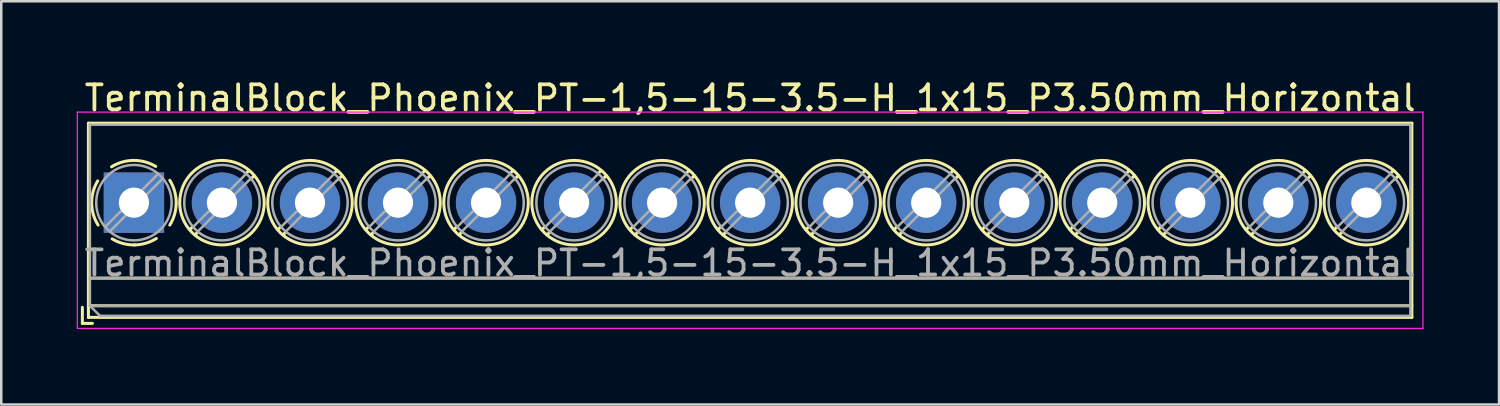
<source format=kicad_pcb>
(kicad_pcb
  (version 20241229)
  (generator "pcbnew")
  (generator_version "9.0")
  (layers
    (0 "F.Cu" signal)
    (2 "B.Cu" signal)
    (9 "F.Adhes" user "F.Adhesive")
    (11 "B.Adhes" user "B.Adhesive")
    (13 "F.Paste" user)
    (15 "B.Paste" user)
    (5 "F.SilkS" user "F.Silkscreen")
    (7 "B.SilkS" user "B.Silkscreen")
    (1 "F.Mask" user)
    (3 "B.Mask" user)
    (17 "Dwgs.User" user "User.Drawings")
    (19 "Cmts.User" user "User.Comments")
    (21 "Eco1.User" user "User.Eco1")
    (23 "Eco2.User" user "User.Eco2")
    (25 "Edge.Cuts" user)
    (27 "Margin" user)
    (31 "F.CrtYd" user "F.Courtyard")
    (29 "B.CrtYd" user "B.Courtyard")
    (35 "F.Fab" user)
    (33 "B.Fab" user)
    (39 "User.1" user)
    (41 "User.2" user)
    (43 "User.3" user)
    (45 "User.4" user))
  (footprint "TerminalBlock_Phoenix_PT-1,5-15-3.5-H_1x15_P3.50mm_Horizontal"
    (layer "F.Cu")
    (at 2.275 5.008)
    (property "Reference" "TerminalBlock_Phoenix_PT-1,5-15-3.5-H_1x15_P3.50mm_Horizontal" (at 24.5 -4.16 0) (layer "F.SilkS") (effects (font (size 1 1) (thickness 0.15))))
    (attr through_hole)
    (fp_line (start -2.05 4.16) (end -2.05 4.8) (stroke (width 0.12) (type solid)) (layer "F.SilkS"))
    (fp_line (start -2.05 4.8) (end -1.65 4.8) (stroke (width 0.12) (type solid)) (layer "F.SilkS"))
    (fp_line (start -1.81 -3.16) (end -1.81 4.56) (stroke (width 0.12) (type solid)) (layer "F.SilkS"))
    (fp_line (start -1.81 -3.16) (end 50.81 -3.16) (stroke (width 0.12) (type solid)) (layer "F.SilkS"))
    (fp_line (start -1.81 3) (end 50.81 3) (stroke (width 0.12) (type solid)) (layer "F.SilkS"))
    (fp_line (start -1.81 4.1) (end 50.81 4.1) (stroke (width 0.12) (type solid)) (layer "F.SilkS"))
    (fp_line (start -1.81 4.56) (end 50.81 4.56) (stroke (width 0.12) (type solid)) (layer "F.SilkS"))
    (fp_line (start 2.355 0.941) (end 2.226 1.069) (stroke (width 0.12) (type solid)) (layer "F.SilkS"))
    (fp_line (start 2.525 1.181) (end 2.431 1.274) (stroke (width 0.12) (type solid)) (layer "F.SilkS"))
    (fp_line (start 4.57 -1.275) (end 4.476 -1.181) (stroke (width 0.12) (type solid)) (layer "F.SilkS"))
    (fp_line (start 4.775 -1.069) (end 4.646 -0.941) (stroke (width 0.12) (type solid)) (layer "F.SilkS"))
    (fp_line (start 5.855 0.941) (end 5.726 1.069) (stroke (width 0.12) (type solid)) (layer "F.SilkS"))
    (fp_line (start 6.025 1.181) (end 5.931 1.274) (stroke (width 0.12) (type solid)) (layer "F.SilkS"))
    (fp_line (start 8.07 -1.275) (end 7.976 -1.181) (stroke (width 0.12) (type solid)) (layer "F.SilkS"))
    (fp_line (start 8.275 -1.069) (end 8.146 -0.941) (stroke (width 0.12) (type solid)) (layer "F.SilkS"))
    (fp_line (start 9.355 0.941) (end 9.226 1.069) (stroke (width 0.12) (type solid)) (layer "F.SilkS"))
    (fp_line (start 9.525 1.181) (end 9.431 1.274) (stroke (width 0.12) (type solid)) (layer "F.SilkS"))
    (fp_line (start 11.57 -1.275) (end 11.476 -1.181) (stroke (width 0.12) (type solid)) (layer "F.SilkS"))
    (fp_line (start 11.775 -1.069) (end 11.646 -0.941) (stroke (width 0.12) (type solid)) (layer "F.SilkS"))
    (fp_line (start 12.855 0.941) (end 12.726 1.069) (stroke (width 0.12) (type solid)) (layer "F.SilkS"))
    (fp_line (start 13.025 1.181) (end 12.931 1.274) (stroke (width 0.12) (type solid)) (layer "F.SilkS"))
    (fp_line (start 15.07 -1.275) (end 14.976 -1.181) (stroke (width 0.12) (type solid)) (layer "F.SilkS"))
    (fp_line (start 15.275 -1.069) (end 15.146 -0.941) (stroke (width 0.12) (type solid)) (layer "F.SilkS"))
    (fp_line (start 16.355 0.941) (end 16.226 1.069) (stroke (width 0.12) (type solid)) (layer "F.SilkS"))
    (fp_line (start 16.525 1.181) (end 16.431 1.274) (stroke (width 0.12) (type solid)) (layer "F.SilkS"))
    (fp_line (start 18.57 -1.275) (end 18.476 -1.181) (stroke (width 0.12) (type solid)) (layer "F.SilkS"))
    (fp_line (start 18.775 -1.069) (end 18.646 -0.941) (stroke (width 0.12) (type solid)) (layer "F.SilkS"))
    (fp_line (start 19.855 0.941) (end 19.726 1.069) (stroke (width 0.12) (type solid)) (layer "F.SilkS"))
    (fp_line (start 20.025 1.181) (end 19.931 1.274) (stroke (width 0.12) (type solid)) (layer "F.SilkS"))
    (fp_line (start 22.07 -1.275) (end 21.976 -1.181) (stroke (width 0.12) (type solid)) (layer "F.SilkS"))
    (fp_line (start 22.275 -1.069) (end 22.146 -0.941) (stroke (width 0.12) (type solid)) (layer "F.SilkS"))
    (fp_line (start 23.355 0.941) (end 23.226 1.069) (stroke (width 0.12) (type solid)) (layer "F.SilkS"))
    (fp_line (start 23.525 1.181) (end 23.431 1.274) (stroke (width 0.12) (type solid)) (layer "F.SilkS"))
    (fp_line (start 25.57 -1.275) (end 25.476 -1.181) (stroke (width 0.12) (type solid)) (layer "F.SilkS"))
    (fp_line (start 25.775 -1.069) (end 25.646 -0.941) (stroke (width 0.12) (type solid)) (layer "F.SilkS"))
    (fp_line (start 26.855 0.941) (end 26.726 1.069) (stroke (width 0.12) (type solid)) (layer "F.SilkS"))
    (fp_line (start 27.025 1.181) (end 26.931 1.274) (stroke (width 0.12) (type solid)) (layer "F.SilkS"))
    (fp_line (start 29.07 -1.275) (end 28.976 -1.181) (stroke (width 0.12) (type solid)) (layer "F.SilkS"))
    (fp_line (start 29.275 -1.069) (end 29.146 -0.941) (stroke (width 0.12) (type solid)) (layer "F.SilkS"))
    (fp_line (start 30.355 0.941) (end 30.226 1.069) (stroke (width 0.12) (type solid)) (layer "F.SilkS"))
    (fp_line (start 30.525 1.181) (end 30.431 1.274) (stroke (width 0.12) (type solid)) (layer "F.SilkS"))
    (fp_line (start 32.57 -1.275) (end 32.476 -1.181) (stroke (width 0.12) (type solid)) (layer "F.SilkS"))
    (fp_line (start 32.775 -1.069) (end 32.646 -0.941) (stroke (width 0.12) (type solid)) (layer "F.SilkS"))
    (fp_line (start 33.855 0.941) (end 33.726 1.069) (stroke (width 0.12) (type solid)) (layer "F.SilkS"))
    (fp_line (start 34.025 1.181) (end 33.931 1.274) (stroke (width 0.12) (type solid)) (layer "F.SilkS"))
    (fp_line (start 36.07 -1.275) (end 35.976 -1.181) (stroke (width 0.12) (type solid)) (layer "F.SilkS"))
    (fp_line (start 36.275 -1.069) (end 36.146 -0.941) (stroke (width 0.12) (type solid)) (layer "F.SilkS"))
    (fp_line (start 37.355 0.941) (end 37.226 1.069) (stroke (width 0.12) (type solid)) (layer "F.SilkS"))
    (fp_line (start 37.525 1.181) (end 37.431 1.274) (stroke (width 0.12) (type solid)) (layer "F.SilkS"))
    (fp_line (start 39.57 -1.275) (end 39.476 -1.181) (stroke (width 0.12) (type solid)) (layer "F.SilkS"))
    (fp_line (start 39.775 -1.069) (end 39.646 -0.941) (stroke (width 0.12) (type solid)) (layer "F.SilkS"))
    (fp_line (start 40.855 0.941) (end 40.726 1.069) (stroke (width 0.12) (type solid)) (layer "F.SilkS"))
    (fp_line (start 41.025 1.181) (end 40.931 1.274) (stroke (width 0.12) (type solid)) (layer "F.SilkS"))
    (fp_line (start 43.07 -1.275) (end 42.976 -1.181) (stroke (width 0.12) (type solid)) (layer "F.SilkS"))
    (fp_line (start 43.275 -1.069) (end 43.146 -0.941) (stroke (width 0.12) (type solid)) (layer "F.SilkS"))
    (fp_line (start 44.355 0.941) (end 44.226 1.069) (stroke (width 0.12) (type solid)) (layer "F.SilkS"))
    (fp_line (start 44.525 1.181) (end 44.431 1.274) (stroke (width 0.12) (type solid)) (layer "F.SilkS"))
    (fp_line (start 46.57 -1.275) (end 46.476 -1.181) (stroke (width 0.12) (type solid)) (layer "F.SilkS"))
    (fp_line (start 46.775 -1.069) (end 46.646 -0.941) (stroke (width 0.12) (type solid)) (layer "F.SilkS"))
    (fp_line (start 47.855 0.941) (end 47.726 1.069) (stroke (width 0.12) (type solid)) (layer "F.SilkS"))
    (fp_line (start 48.025 1.181) (end 47.931 1.274) (stroke (width 0.12) (type solid)) (layer "F.SilkS"))
    (fp_line (start 50.07 -1.275) (end 49.976 -1.181) (stroke (width 0.12) (type solid)) (layer "F.SilkS"))
    (fp_line (start 50.275 -1.069) (end 50.146 -0.941) (stroke (width 0.12) (type solid)) (layer "F.SilkS"))
    (fp_line (start 50.81 -3.16) (end 50.81 4.56) (stroke (width 0.12) (type solid)) (layer "F.SilkS"))
    (fp_arc (start -1.425358 0.889894) (mid -1.680286 0.014012) (end -1.44 -0.866) (stroke (width 0.12) (type solid)) (layer "F.SilkS"))
    (fp_arc (start -0.889894 -1.425358) (mid -0.014012 -1.680286) (end 0.866 -1.44) (stroke (width 0.12) (type solid)) (layer "F.SilkS"))
    (fp_arc (start 0.028674 1.680099) (mid -0.435535 1.622918) (end -0.866 1.44) (stroke (width 0.12) (type solid)) (layer "F.SilkS"))
    (fp_arc (start 0.890264 1.424721) (mid 0.463071 1.61492) (end 0 1.68) (stroke (width 0.12) (type solid)) (layer "F.SilkS"))
    (fp_arc (start 1.425504 -0.890193) (mid 1.680626 0.000476) (end 1.425 0.891) (stroke (width 0.12) (type solid)) (layer "F.SilkS"))
    (fp_circle (center 3.5 0) (end 5.18 0) (stroke (width 0.12) (type solid)) (fill no) (layer "F.SilkS"))
    (fp_circle (center 7 0) (end 8.68 0) (stroke (width 0.12) (type solid)) (fill no) (layer "F.SilkS"))
    (fp_circle (center 10.5 0) (end 12.18 0) (stroke (width 0.12) (type solid)) (fill no) (layer "F.SilkS"))
    (fp_circle (center 14 0) (end 15.68 0) (stroke (width 0.12) (type solid)) (fill no) (layer "F.SilkS"))
    (fp_circle (center 17.5 0) (end 19.18 0) (stroke (width 0.12) (type solid)) (fill no) (layer "F.SilkS"))
    (fp_circle (center 21 0) (end 22.68 0) (stroke (width 0.12) (type solid)) (fill no) (layer "F.SilkS"))
    (fp_circle (center 24.5 0) (end 26.18 0) (stroke (width 0.12) (type solid)) (fill no) (layer "F.SilkS"))
    (fp_circle (center 28 0) (end 29.68 0) (stroke (width 0.12) (type solid)) (fill no) (layer "F.SilkS"))
    (fp_circle (center 31.5 0) (end 33.18 0) (stroke (width 0.12) (type solid)) (fill no) (layer "F.SilkS"))
    (fp_circle (center 35 0) (end 36.68 0) (stroke (width 0.12) (type solid)) (fill no) (layer "F.SilkS"))
    (fp_circle (center 38.5 0) (end 40.18 0) (stroke (width 0.12) (type solid)) (fill no) (layer "F.SilkS"))
    (fp_circle (center 42 0) (end 43.68 0) (stroke (width 0.12) (type solid)) (fill no) (layer "F.SilkS"))
    (fp_circle (center 45.5 0) (end 47.18 0) (stroke (width 0.12) (type solid)) (fill no) (layer "F.SilkS"))
    (fp_circle (center 49 0) (end 50.68 0) (stroke (width 0.12) (type solid)) (fill no) (layer "F.SilkS"))
    (fp_line (start -2.25 -3.6) (end -2.25 5) (stroke (width 0.05) (type solid)) (layer "F.CrtYd"))
    (fp_line (start -2.25 5) (end 51.25 5) (stroke (width 0.05) (type solid)) (layer "F.CrtYd"))
    (fp_line (start 51.25 -3.6) (end -2.25 -3.6) (stroke (width 0.05) (type solid)) (layer "F.CrtYd"))
    (fp_line (start 51.25 5) (end 51.25 -3.6) (stroke (width 0.05) (type solid)) (layer "F.CrtYd"))
    (fp_line (start -1.75 -3.1) (end 50.75 -3.1) (stroke (width 0.1) (type solid)) (layer "F.Fab"))
    (fp_line (start -1.75 3) (end 50.75 3) (stroke (width 0.1) (type solid)) (layer "F.Fab"))
    (fp_line (start -1.75 4.1) (end -1.75 -3.1) (stroke (width 0.1) (type solid)) (layer "F.Fab"))
    (fp_line (start -1.75 4.1) (end 50.75 4.1) (stroke (width 0.1) (type solid)) (layer "F.Fab"))
    (fp_line (start -1.35 4.5) (end -1.75 4.1) (stroke (width 0.1) (type solid)) (layer "F.Fab"))
    (fp_line (start 0.955 -1.138) (end -1.138 0.955) (stroke (width 0.1) (type solid)) (layer "F.Fab"))
    (fp_line (start 1.138 -0.955) (end -0.955 1.138) (stroke (width 0.1) (type solid)) (layer "F.Fab"))
    (fp_line (start 4.455 -1.138) (end 2.363 0.955) (stroke (width 0.1) (type solid)) (layer "F.Fab"))
    (fp_line (start 4.638 -0.955) (end 2.546 1.138) (stroke (width 0.1) (type solid)) (layer "F.Fab"))
    (fp_line (start 7.955 -1.138) (end 5.863 0.955) (stroke (width 0.1) (type solid)) (layer "F.Fab"))
    (fp_line (start 8.138 -0.955) (end 6.046 1.138) (stroke (width 0.1) (type solid)) (layer "F.Fab"))
    (fp_line (start 11.455 -1.138) (end 9.363 0.955) (stroke (width 0.1) (type solid)) (layer "F.Fab"))
    (fp_line (start 11.638 -0.955) (end 9.546 1.138) (stroke (width 0.1) (type solid)) (layer "F.Fab"))
    (fp_line (start 14.955 -1.138) (end 12.863 0.955) (stroke (width 0.1) (type solid)) (layer "F.Fab"))
    (fp_line (start 15.138 -0.955) (end 13.046 1.138) (stroke (width 0.1) (type solid)) (layer "F.Fab"))
    (fp_line (start 18.455 -1.138) (end 16.363 0.955) (stroke (width 0.1) (type solid)) (layer "F.Fab"))
    (fp_line (start 18.638 -0.955) (end 16.546 1.138) (stroke (width 0.1) (type solid)) (layer "F.Fab"))
    (fp_line (start 21.955 -1.138) (end 19.863 0.955) (stroke (width 0.1) (type solid)) (layer "F.Fab"))
    (fp_line (start 22.138 -0.955) (end 20.046 1.138) (stroke (width 0.1) (type solid)) (layer "F.Fab"))
    (fp_line (start 25.455 -1.138) (end 23.363 0.955) (stroke (width 0.1) (type solid)) (layer "F.Fab"))
    (fp_line (start 25.638 -0.955) (end 23.546 1.138) (stroke (width 0.1) (type solid)) (layer "F.Fab"))
    (fp_line (start 28.955 -1.138) (end 26.863 0.955) (stroke (width 0.1) (type solid)) (layer "F.Fab"))
    (fp_line (start 29.138 -0.955) (end 27.046 1.138) (stroke (width 0.1) (type solid)) (layer "F.Fab"))
    (fp_line (start 32.455 -1.138) (end 30.363 0.955) (stroke (width 0.1) (type solid)) (layer "F.Fab"))
    (fp_line (start 32.638 -0.955) (end 30.546 1.138) (stroke (width 0.1) (type solid)) (layer "F.Fab"))
    (fp_line (start 35.955 -1.138) (end 33.863 0.955) (stroke (width 0.1) (type solid)) (layer "F.Fab"))
    (fp_line (start 36.138 -0.955) (end 34.046 1.138) (stroke (width 0.1) (type solid)) (layer "F.Fab"))
    (fp_line (start 39.455 -1.138) (end 37.363 0.955) (stroke (width 0.1) (type solid)) (layer "F.Fab"))
    (fp_line (start 39.638 -0.955) (end 37.546 1.138) (stroke (width 0.1) (type solid)) (layer "F.Fab"))
    (fp_line (start 42.955 -1.138) (end 40.863 0.955) (stroke (width 0.1) (type solid)) (layer "F.Fab"))
    (fp_line (start 43.138 -0.955) (end 41.046 1.138) (stroke (width 0.1) (type solid)) (layer "F.Fab"))
    (fp_line (start 46.455 -1.138) (end 44.363 0.955) (stroke (width 0.1) (type solid)) (layer "F.Fab"))
    (fp_line (start 46.638 -0.955) (end 44.546 1.138) (stroke (width 0.1) (type solid)) (layer "F.Fab"))
    (fp_line (start 49.955 -1.138) (end 47.863 0.955) (stroke (width 0.1) (type solid)) (layer "F.Fab"))
    (fp_line (start 50.138 -0.955) (end 48.046 1.138) (stroke (width 0.1) (type solid)) (layer "F.Fab"))
    (fp_line (start 50.75 -3.1) (end 50.75 4.5) (stroke (width 0.1) (type solid)) (layer "F.Fab"))
    (fp_line (start 50.75 4.5) (end -1.35 4.5) (stroke (width 0.1) (type solid)) (layer "F.Fab"))
    (fp_circle (center 0 0) (end 1.5 0) (stroke (width 0.1) (type solid)) (fill no) (layer "F.Fab"))
    (fp_circle (center 3.5 0) (end 5 0) (stroke (width 0.1) (type solid)) (fill no) (layer "F.Fab"))
    (fp_circle (center 7 0) (end 8.5 0) (stroke (width 0.1) (type solid)) (fill no) (layer "F.Fab"))
    (fp_circle (center 10.5 0) (end 12 0) (stroke (width 0.1) (type solid)) (fill no) (layer "F.Fab"))
    (fp_circle (center 14 0) (end 15.5 0) (stroke (width 0.1) (type solid)) (fill no) (layer "F.Fab"))
    (fp_circle (center 17.5 0) (end 19 0) (stroke (width 0.1) (type solid)) (fill no) (layer "F.Fab"))
    (fp_circle (center 21 0) (end 22.5 0) (stroke (width 0.1) (type solid)) (fill no) (layer "F.Fab"))
    (fp_circle (center 24.5 0) (end 26 0) (stroke (width 0.1) (type solid)) (fill no) (layer "F.Fab"))
    (fp_circle (center 28 0) (end 29.5 0) (stroke (width 0.1) (type solid)) (fill no) (layer "F.Fab"))
    (fp_circle (center 31.5 0) (end 33 0) (stroke (width 0.1) (type solid)) (fill no) (layer "F.Fab"))
    (fp_circle (center 35 0) (end 36.5 0) (stroke (width 0.1) (type solid)) (fill no) (layer "F.Fab"))
    (fp_circle (center 38.5 0) (end 40 0) (stroke (width 0.1) (type solid)) (fill no) (layer "F.Fab"))
    (fp_circle (center 42 0) (end 43.5 0) (stroke (width 0.1) (type solid)) (fill no) (layer "F.Fab"))
    (fp_circle (center 45.5 0) (end 47 0) (stroke (width 0.1) (type solid)) (fill no) (layer "F.Fab"))
    (fp_circle (center 49 0) (end 50.5 0) (stroke (width 0.1) (type solid)) (fill no) (layer "F.Fab"))
    (fp_text user "${REFERENCE}" (at 24.5 2.4 0) (layer "F.Fab") (effects (font (size 1 1) (thickness 0.15))))
    (pad "1" thru_hole rect (at 0 0) (size 2.4 2.4) (drill 1.2) (layers "*.Cu" "*.Mask"))
    (pad "2" thru_hole circle (at 3.5 0) (size 2.4 2.4) (drill 1.2) (layers "*.Cu" "*.Mask"))
    (pad "3" thru_hole circle (at 7 0) (size 2.4 2.4) (drill 1.2) (layers "*.Cu" "*.Mask"))
    (pad "4" thru_hole circle (at 10.5 0) (size 2.4 2.4) (drill 1.2) (layers "*.Cu" "*.Mask"))
    (pad "5" thru_hole circle (at 14 0) (size 2.4 2.4) (drill 1.2) (layers "*.Cu" "*.Mask"))
    (pad "6" thru_hole circle (at 17.5 0) (size 2.4 2.4) (drill 1.2) (layers "*.Cu" "*.Mask"))
    (pad "7" thru_hole circle (at 21 0) (size 2.4 2.4) (drill 1.2) (layers "*.Cu" "*.Mask"))
    (pad "8" thru_hole circle (at 24.5 0) (size 2.4 2.4) (drill 1.2) (layers "*.Cu" "*.Mask"))
    (pad "9" thru_hole circle (at 28 0) (size 2.4 2.4) (drill 1.2) (layers "*.Cu" "*.Mask"))
    (pad "10" thru_hole circle (at 31.5 0) (size 2.4 2.4) (drill 1.2) (layers "*.Cu" "*.Mask"))
    (pad "11" thru_hole circle (at 35 0) (size 2.4 2.4) (drill 1.2) (layers "*.Cu" "*.Mask"))
    (pad "12" thru_hole circle (at 38.5 0) (size 2.4 2.4) (drill 1.2) (layers "*.Cu" "*.Mask"))
    (pad "13" thru_hole circle (at 42 0) (size 2.4 2.4) (drill 1.2) (layers "*.Cu" "*.Mask"))
    (pad "14" thru_hole circle (at 45.5 0) (size 2.4 2.4) (drill 1.2) (layers "*.Cu" "*.Mask"))
    (pad "15" thru_hole circle (at 49 0) (size 2.4 2.4) (drill 1.2) (layers "*.Cu" "*.Mask")))
  (gr_rect
    (start -3 -3)
    (end 56.55 13.033)
    (stroke (width 0.1) (type default))
    (fill no)
    (layer "Edge.Cuts")))
</source>
